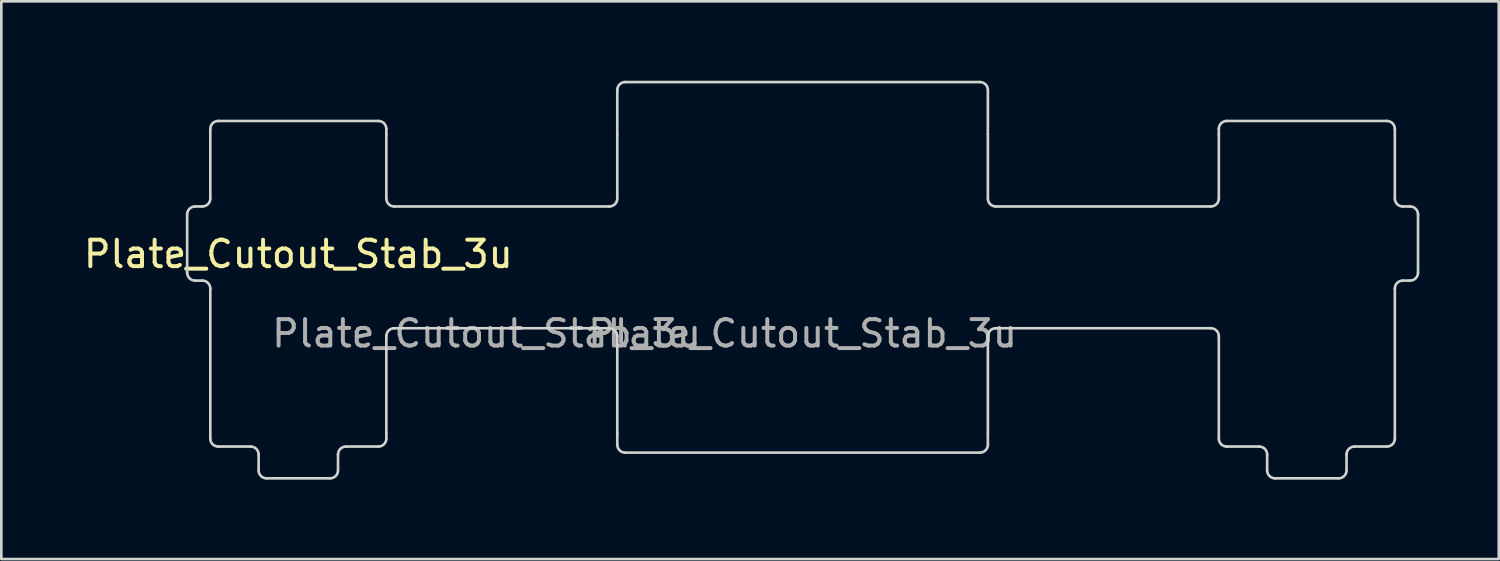
<source format=kicad_pcb>
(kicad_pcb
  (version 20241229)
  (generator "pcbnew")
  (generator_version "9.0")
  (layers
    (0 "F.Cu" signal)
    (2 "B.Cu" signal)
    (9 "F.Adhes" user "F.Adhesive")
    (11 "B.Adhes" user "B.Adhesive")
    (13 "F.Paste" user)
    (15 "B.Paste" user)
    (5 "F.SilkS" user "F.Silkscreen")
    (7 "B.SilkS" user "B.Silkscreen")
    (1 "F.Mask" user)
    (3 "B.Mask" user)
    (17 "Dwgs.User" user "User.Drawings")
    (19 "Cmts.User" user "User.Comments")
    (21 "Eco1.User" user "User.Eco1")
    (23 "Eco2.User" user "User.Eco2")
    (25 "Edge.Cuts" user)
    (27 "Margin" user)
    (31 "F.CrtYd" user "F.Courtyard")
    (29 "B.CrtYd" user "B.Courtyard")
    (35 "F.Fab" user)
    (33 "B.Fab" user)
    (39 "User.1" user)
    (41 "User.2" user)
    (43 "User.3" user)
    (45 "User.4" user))
  (footprint "Plate_Cutout_Stab_3u"
    (layer "F.Cu")
    (at 27.27 7.05)
    (property "Reference" "Plate_Cutout_Stab_3u" (at -19.05 -0.5 0) (unlocked yes) (layer "F.SilkS") (effects (font (size 1 1) (thickness 0.15))))
    (attr through_hole)
    (fp_line (start -23.25 -2) (end -23.25 0.2) (stroke (width 0.1) (type default)) (layer "Edge.Cuts"))
    (fp_line (start -22.95 0.5) (end -22.675 0.5) (stroke (width 0.1) (type default)) (layer "Edge.Cuts"))
    (fp_line (start -22.675 -2.3) (end -22.95 -2.3) (stroke (width 0.1) (type default)) (layer "Edge.Cuts"))
    (fp_line (start -22.375 -2.6) (end -22.375 -5.23) (stroke (width 0.1) (type default)) (layer "Edge.Cuts"))
    (fp_line (start -22.375 0.8) (end -22.375 6.47) (stroke (width 0.1) (type default)) (layer "Edge.Cuts"))
    (fp_line (start -22.075 -5.53) (end -16.025 -5.53) (stroke (width 0.1) (type default)) (layer "Edge.Cuts"))
    (fp_line (start -22.075 6.77) (end -20.85 6.77) (stroke (width 0.1) (type default)) (layer "Edge.Cuts"))
    (fp_line (start -20.55 7.07) (end -20.55 7.67) (stroke (width 0.1) (type default)) (layer "Edge.Cuts"))
    (fp_line (start -20.25 7.97) (end -17.85 7.97) (stroke (width 0.1) (type default)) (layer "Edge.Cuts"))
    (fp_line (start -17.55 7.67) (end -17.55 7.07) (stroke (width 0.1) (type default)) (layer "Edge.Cuts"))
    (fp_line (start -17.25 6.77) (end -16.025 6.77) (stroke (width 0.1) (type default)) (layer "Edge.Cuts"))
    (fp_line (start -15.725 -5.23) (end -15.725 -5.03) (stroke (width 0.1) (type default)) (layer "Edge.Cuts"))
    (fp_line (start -15.725 -5.03) (end -15.725 -2.6) (stroke (width 0.1) (type default)) (layer "Edge.Cuts"))
    (fp_line (start -15.725 6.27) (end -15.725 2.6) (stroke (width 0.1) (type default)) (layer "Edge.Cuts"))
    (fp_line (start -15.725 6.47) (end -15.725 6.27) (stroke (width 0.1) (type default)) (layer "Edge.Cuts"))
    (fp_line (start -15.425 2.3) (end -7.3 2.3) (stroke (width 0.1) (type default)) (layer "Edge.Cuts"))
    (fp_line (start -7.3 -2.3) (end -15.425 -2.3) (stroke (width 0.1) (type default)) (layer "Edge.Cuts"))
    (fp_line (start -7 -6.7) (end -7 -5.03) (stroke (width 0.1) (type default)) (layer "Edge.Cuts"))
    (fp_line (start -7 -2.6) (end -7 -5.03) (stroke (width 0.1) (type default)) (layer "Edge.Cuts"))
    (fp_line (start -7 2.6) (end -7 6.27) (stroke (width 0.1) (type default)) (layer "Edge.Cuts"))
    (fp_line (start -7 6.7) (end -7 6.27) (stroke (width 0.1) (type default)) (layer "Edge.Cuts"))
    (fp_line (start -6.7 -7) (end 6.7 -7) (stroke (width 0.1) (type solid)) (layer "Edge.Cuts"))
    (fp_line (start -6.7 7) (end 6.7 7) (stroke (width 0.1) (type solid)) (layer "Edge.Cuts"))
    (fp_line (start 7 -6.7) (end 7 -5.03) (stroke (width 0.1) (type default)) (layer "Edge.Cuts"))
    (fp_line (start 7 -2.6) (end 7 -5.03) (stroke (width 0.1) (type default)) (layer "Edge.Cuts"))
    (fp_line (start 7 6.27) (end 7 2.6) (stroke (width 0.1) (type default)) (layer "Edge.Cuts"))
    (fp_line (start 7 6.7) (end 7 6.27) (stroke (width 0.1) (type default)) (layer "Edge.Cuts"))
    (fp_line (start 7.3 2.3) (end 15.425 2.3) (stroke (width 0.1) (type default)) (layer "Edge.Cuts"))
    (fp_line (start 15.425 -2.3) (end 7.3 -2.3) (stroke (width 0.1) (type default)) (layer "Edge.Cuts"))
    (fp_line (start 15.725 -5.03) (end 15.725 -5.23) (stroke (width 0.1) (type default)) (layer "Edge.Cuts"))
    (fp_line (start 15.725 -5.03) (end 15.725 -2.6) (stroke (width 0.1) (type default)) (layer "Edge.Cuts"))
    (fp_line (start 15.725 2.6) (end 15.725 6.47) (stroke (width 0.1) (type default)) (layer "Edge.Cuts"))
    (fp_line (start 16.025 -5.53) (end 22.075 -5.53) (stroke (width 0.1) (type default)) (layer "Edge.Cuts"))
    (fp_line (start 17.25 6.77) (end 16.025 6.77) (stroke (width 0.1) (type default)) (layer "Edge.Cuts"))
    (fp_line (start 17.55 7.67) (end 17.55 7.07) (stroke (width 0.1) (type default)) (layer "Edge.Cuts"))
    (fp_line (start 20.25 7.97) (end 17.85 7.97) (stroke (width 0.1) (type default)) (layer "Edge.Cuts"))
    (fp_line (start 20.55 7.07) (end 20.55 7.67) (stroke (width 0.1) (type default)) (layer "Edge.Cuts"))
    (fp_line (start 22.075 6.77) (end 20.85 6.77) (stroke (width 0.1) (type default)) (layer "Edge.Cuts"))
    (fp_line (start 22.375 -5.23) (end 22.375 -2.6) (stroke (width 0.1) (type default)) (layer "Edge.Cuts"))
    (fp_line (start 22.375 0.8) (end 22.375 6.47) (stroke (width 0.1) (type default)) (layer "Edge.Cuts"))
    (fp_line (start 22.675 -2.3) (end 22.95 -2.3) (stroke (width 0.1) (type default)) (layer "Edge.Cuts"))
    (fp_line (start 22.95 0.5) (end 22.675 0.5) (stroke (width 0.1) (type default)) (layer "Edge.Cuts"))
    (fp_line (start 23.25 -2) (end 23.25 0.2) (stroke (width 0.1) (type default)) (layer "Edge.Cuts"))
    (fp_arc (start -23.25 -2) (mid -23.162132 -2.212132) (end -22.95 -2.3) (stroke (width 0.1) (type default)) (layer "Edge.Cuts"))
    (fp_arc (start -22.95 0.5) (mid -23.162132 0.412132) (end -23.25 0.2) (stroke (width 0.1) (type default)) (layer "Edge.Cuts"))
    (fp_arc (start -22.675 0.5) (mid -22.462868 0.587868) (end -22.375 0.8) (stroke (width 0.1) (type default)) (layer "Edge.Cuts"))
    (fp_arc (start -22.375 -5.23) (mid -22.287132 -5.442132) (end -22.075 -5.53) (stroke (width 0.1) (type default)) (layer "Edge.Cuts"))
    (fp_arc (start -22.375 -2.6) (mid -22.462868 -2.387868) (end -22.675 -2.3) (stroke (width 0.1) (type default)) (layer "Edge.Cuts"))
    (fp_arc (start -22.075 6.77) (mid -22.287132 6.682132) (end -22.375 6.47) (stroke (width 0.1) (type default)) (layer "Edge.Cuts"))
    (fp_arc (start -20.85 6.77) (mid -20.637868 6.857868) (end -20.55 7.07) (stroke (width 0.1) (type default)) (layer "Edge.Cuts"))
    (fp_arc (start -20.25 7.97) (mid -20.462132 7.882132) (end -20.55 7.67) (stroke (width 0.1) (type default)) (layer "Edge.Cuts"))
    (fp_arc (start -17.55 7.07) (mid -17.462132 6.857868) (end -17.25 6.77) (stroke (width 0.1) (type default)) (layer "Edge.Cuts"))
    (fp_arc (start -17.55 7.67) (mid -17.637868 7.882132) (end -17.85 7.97) (stroke (width 0.1) (type default)) (layer "Edge.Cuts"))
    (fp_arc (start -16.025 -5.53) (mid -15.812868 -5.442132) (end -15.725 -5.23) (stroke (width 0.1) (type default)) (layer "Edge.Cuts"))
    (fp_arc (start -15.725 2.6) (mid -15.637132 2.387868) (end -15.425 2.3) (stroke (width 0.1) (type default)) (layer "Edge.Cuts"))
    (fp_arc (start -15.725 6.47) (mid -15.812868 6.682132) (end -16.025 6.77) (stroke (width 0.1) (type default)) (layer "Edge.Cuts"))
    (fp_arc (start -15.425 -2.3) (mid -15.637132 -2.387868) (end -15.725 -2.6) (stroke (width 0.1) (type default)) (layer "Edge.Cuts"))
    (fp_arc (start -7.3 2.3) (mid -7.087868 2.387868) (end -7 2.6) (stroke (width 0.1) (type default)) (layer "Edge.Cuts"))
    (fp_arc (start -7 -6.7) (mid -6.912132 -6.912132) (end -6.7 -7) (stroke (width 0.1) (type default)) (layer "Edge.Cuts"))
    (fp_arc (start -7 -2.6) (mid -7.087868 -2.387868) (end -7.3 -2.3) (stroke (width 0.1) (type default)) (layer "Edge.Cuts"))
    (fp_arc (start -6.7 7) (mid -6.912132 6.912132) (end -7 6.7) (stroke (width 0.1) (type default)) (layer "Edge.Cuts"))
    (fp_arc (start 6.7 -7) (mid 6.912132 -6.912132) (end 7 -6.7) (stroke (width 0.1) (type default)) (layer "Edge.Cuts"))
    (fp_arc (start 7 2.6) (mid 7.087868 2.387868) (end 7.3 2.3) (stroke (width 0.1) (type default)) (layer "Edge.Cuts"))
    (fp_arc (start 7 6.7) (mid 6.912132 6.912132) (end 6.7 7) (stroke (width 0.1) (type default)) (layer "Edge.Cuts"))
    (fp_arc (start 7.3 -2.3) (mid 7.087868 -2.387868) (end 7 -2.6) (stroke (width 0.1) (type default)) (layer "Edge.Cuts"))
    (fp_arc (start 15.425 2.3) (mid 15.637132 2.387868) (end 15.725 2.6) (stroke (width 0.1) (type default)) (layer "Edge.Cuts"))
    (fp_arc (start 15.725 -5.23) (mid 15.812868 -5.442132) (end 16.025 -5.53) (stroke (width 0.1) (type default)) (layer "Edge.Cuts"))
    (fp_arc (start 15.725 -2.6) (mid 15.637132 -2.387868) (end 15.425 -2.3) (stroke (width 0.1) (type default)) (layer "Edge.Cuts"))
    (fp_arc (start 16.025 6.77) (mid 15.812868 6.682132) (end 15.725 6.47) (stroke (width 0.1) (type default)) (layer "Edge.Cuts"))
    (fp_arc (start 17.25 6.77) (mid 17.462132 6.857868) (end 17.55 7.07) (stroke (width 0.1) (type default)) (layer "Edge.Cuts"))
    (fp_arc (start 17.85 7.97) (mid 17.637868 7.882132) (end 17.55 7.67) (stroke (width 0.1) (type default)) (layer "Edge.Cuts"))
    (fp_arc (start 20.55 7.07) (mid 20.637868 6.857868) (end 20.85 6.77) (stroke (width 0.1) (type default)) (layer "Edge.Cuts"))
    (fp_arc (start 20.55 7.67) (mid 20.462132 7.882132) (end 20.25 7.97) (stroke (width 0.1) (type default)) (layer "Edge.Cuts"))
    (fp_arc (start 22.075 -5.53) (mid 22.287132 -5.442132) (end 22.375 -5.23) (stroke (width 0.1) (type default)) (layer "Edge.Cuts"))
    (fp_arc (start 22.375 0.8) (mid 22.462868 0.587868) (end 22.675 0.5) (stroke (width 0.1) (type default)) (layer "Edge.Cuts"))
    (fp_arc (start 22.375 6.47) (mid 22.287132 6.682132) (end 22.075 6.77) (stroke (width 0.1) (type default)) (layer "Edge.Cuts"))
    (fp_arc (start 22.675 -2.3) (mid 22.462868 -2.387868) (end 22.375 -2.6) (stroke (width 0.1) (type default)) (layer "Edge.Cuts"))
    (fp_arc (start 22.95 -2.3) (mid 23.162132 -2.212132) (end 23.25 -2) (stroke (width 0.1) (type default)) (layer "Edge.Cuts"))
    (fp_arc (start 23.25 0.2) (mid 23.162132 0.412132) (end 22.95 0.5) (stroke (width 0.1) (type default)) (layer "Edge.Cuts"))
    (fp_text user "${REFERENCE}" (at -11.938 2.5 0) (unlocked yes) (layer "F.Fab") (effects (font (size 1 1) (thickness 0.15))))
    (fp_text user "${REFERENCE}" (at 0 2.5 0) (unlocked yes) (layer "F.Fab") (effects (font (size 1 1) (thickness 0.15)))))
  (gr_rect
    (start -3 -3)
    (end 53.57 18.07)
    (stroke (width 0.1) (type default))
    (fill no)
    (layer "Edge.Cuts")))
</source>
